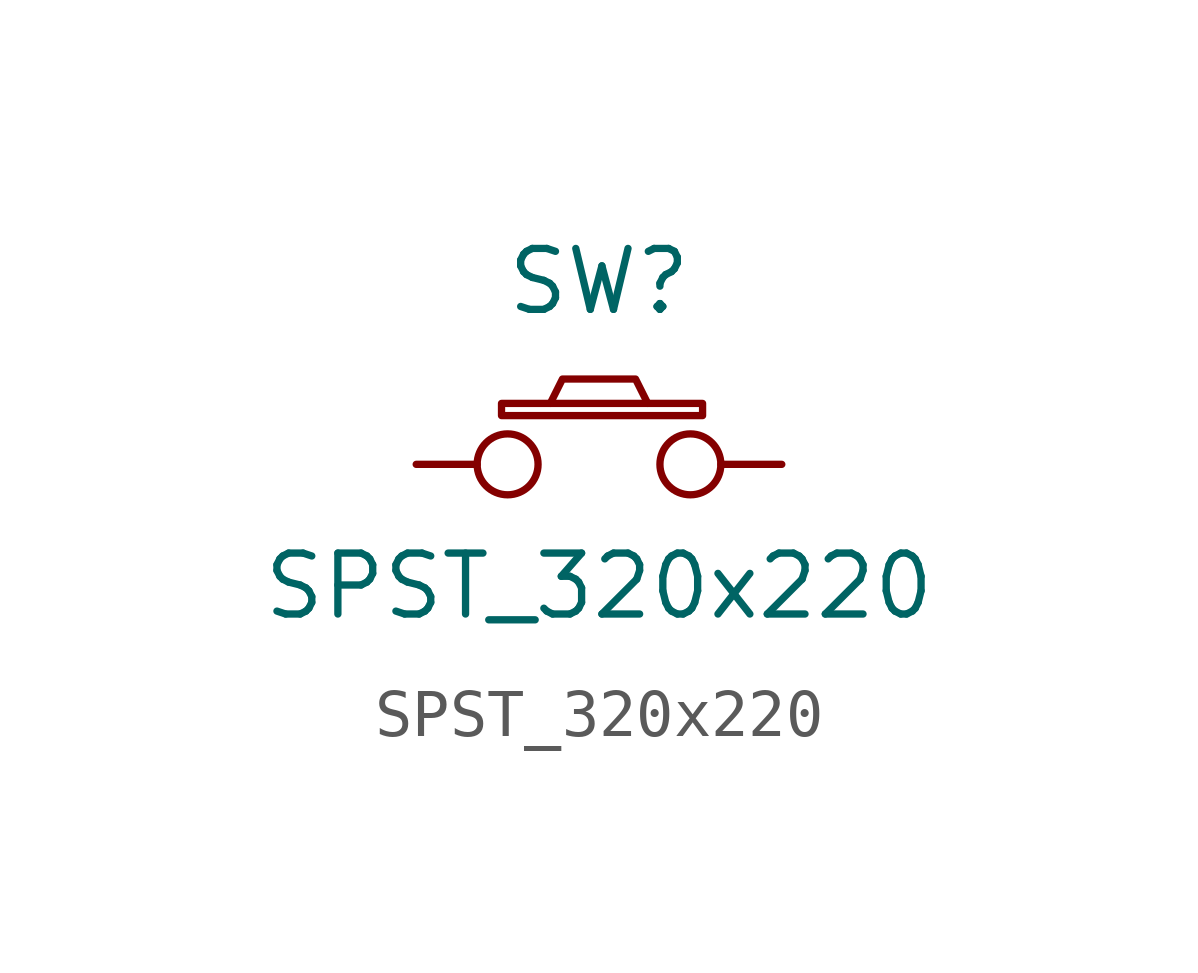
<source format=kicad_sym>
(kicad_symbol_lib
  (version 20211014)
  (generator kicad_symbol_editor)
  (symbol "SPST_320x220"
    (pin_numbers hide)
    (pin_names
      (offset 0) hide)
    (property "Reference" "SW"
      (at 3.81 3.81 0)
      (effects (font (size 1.27 1.27))))
    (property "Value" "SPST_320x220"
      (at 3.81 -2.54 0)
      (effects (font (size 1.27 1.27))))
    (symbol "SPST_320x220_0_1"
      (polyline (pts (xy 4.826 1.27) (xy 4.572 1.778) (xy 3.048 1.778) (xy 2.794 1.27)) (stroke (width 0.152) (type default) (color 0 0 0 0)) (fill (type none)))
      (rectangle (start 1.778 1.016) (end 5.969 1.27) (stroke (width 0) (type default) (color 0 0 0 0)) (fill (type none))))
    (symbol "SPST_320x220_1_1"
      (pin passive inverted (at 0 0 0) (length 2.54) (name "1" (effects (font (size 0.991 0.991)))) (number "1" (effects (font (size 0.991 0.991)))))
      (pin passive inverted (at 7.62 0 180) (length 2.54) (name "2" (effects (font (size 0.991 0.991)))) (number "2" (effects (font (size 0.991 0.991))))))))
</source>
